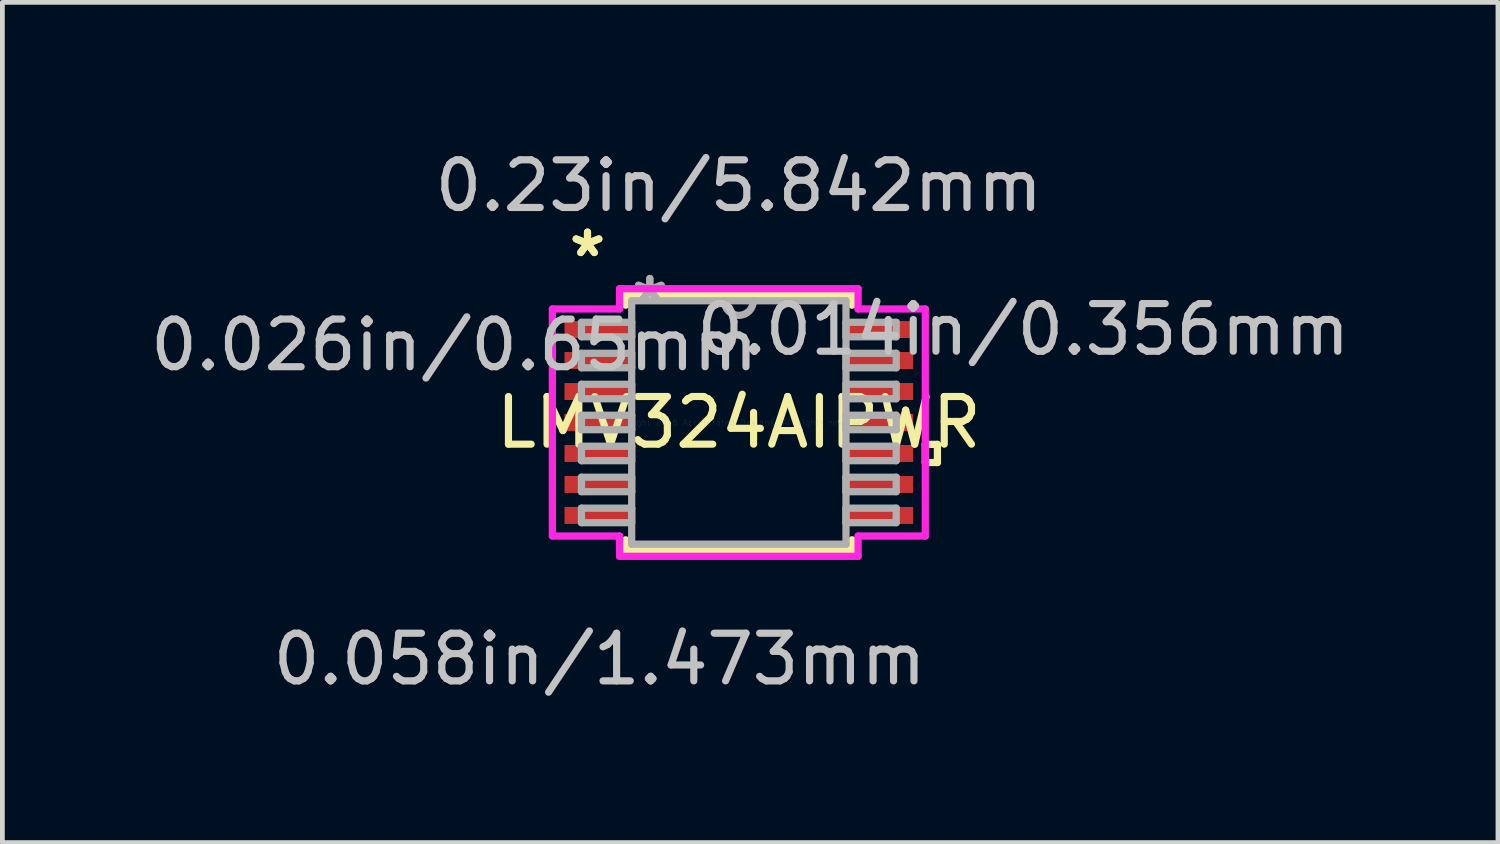
<source format=kicad_pcb>
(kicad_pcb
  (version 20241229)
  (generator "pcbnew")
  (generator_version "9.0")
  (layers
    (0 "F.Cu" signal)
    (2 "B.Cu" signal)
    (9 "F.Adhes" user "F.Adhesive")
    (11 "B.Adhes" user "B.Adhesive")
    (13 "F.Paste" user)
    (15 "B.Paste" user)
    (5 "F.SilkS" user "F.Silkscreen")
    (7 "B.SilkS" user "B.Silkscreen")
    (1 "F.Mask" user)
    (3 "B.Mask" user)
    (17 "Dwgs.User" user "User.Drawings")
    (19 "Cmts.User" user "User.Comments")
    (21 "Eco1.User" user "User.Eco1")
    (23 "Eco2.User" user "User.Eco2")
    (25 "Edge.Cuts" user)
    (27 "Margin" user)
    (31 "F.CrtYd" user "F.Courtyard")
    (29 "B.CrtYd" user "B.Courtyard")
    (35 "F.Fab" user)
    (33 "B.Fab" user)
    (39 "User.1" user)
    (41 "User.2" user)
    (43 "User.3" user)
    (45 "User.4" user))
  (footprint "LMV324AIPWR"
    (layer "F.Cu")
    (at 12.451 5.814)
    (property "Reference" "LMV324AIPWR" (at 0 0 0) (layer "F.SilkS") (effects (font (size 1 1) (thickness 0.15))))
    (attr through_hole)
    (fp_line (start -2.375 -2.68) (end -2.375 -2.461) (stroke (width 0.152) (type solid)) (layer "F.SilkS"))
    (fp_line (start -2.375 2.461) (end -2.375 2.68) (stroke (width 0.152) (type solid)) (layer "F.SilkS"))
    (fp_line (start -2.375 2.68) (end 2.375 2.68) (stroke (width 0.152) (type solid)) (layer "F.SilkS"))
    (fp_line (start 2.375 -2.68) (end -2.375 -2.68) (stroke (width 0.152) (type solid)) (layer "F.SilkS"))
    (fp_line (start 2.375 -2.461) (end 2.375 -2.68) (stroke (width 0.152) (type solid)) (layer "F.SilkS"))
    (fp_line (start 2.375 2.68) (end 2.375 2.461) (stroke (width 0.152) (type solid)) (layer "F.SilkS"))
    (fp_line (start 3.912 0.459) (end 4.166 0.459) (stroke (width 0.152) (type solid)) (layer "F.SilkS"))
    (fp_line (start 3.912 0.84) (end 3.912 0.459) (stroke (width 0.152) (type solid)) (layer "F.SilkS"))
    (fp_line (start 4.166 0.459) (end 4.166 0.84) (stroke (width 0.152) (type solid)) (layer "F.SilkS"))
    (fp_line (start 4.166 0.84) (end 3.912 0.84) (stroke (width 0.152) (type solid)) (layer "F.SilkS"))
    (fp_line (start -3.912 -2.382) (end -2.502 -2.382) (stroke (width 0.152) (type solid)) (layer "F.CrtYd"))
    (fp_line (start -3.912 2.382) (end -3.912 -2.382) (stroke (width 0.152) (type solid)) (layer "F.CrtYd"))
    (fp_line (start -2.502 -2.807) (end 2.502 -2.807) (stroke (width 0.152) (type solid)) (layer "F.CrtYd"))
    (fp_line (start -2.502 -2.382) (end -2.502 -2.807) (stroke (width 0.152) (type solid)) (layer "F.CrtYd"))
    (fp_line (start -2.502 2.382) (end -3.912 2.382) (stroke (width 0.152) (type solid)) (layer "F.CrtYd"))
    (fp_line (start -2.502 2.807) (end -2.502 2.382) (stroke (width 0.152) (type solid)) (layer "F.CrtYd"))
    (fp_line (start 2.502 -2.807) (end 2.502 -2.382) (stroke (width 0.152) (type solid)) (layer "F.CrtYd"))
    (fp_line (start 2.502 -2.382) (end 3.912 -2.382) (stroke (width 0.152) (type solid)) (layer "F.CrtYd"))
    (fp_line (start 2.502 2.382) (end 2.502 2.807) (stroke (width 0.152) (type solid)) (layer "F.CrtYd"))
    (fp_line (start 2.502 2.807) (end -2.502 2.807) (stroke (width 0.152) (type solid)) (layer "F.CrtYd"))
    (fp_line (start 3.912 -2.382) (end 3.912 2.382) (stroke (width 0.152) (type solid)) (layer "F.CrtYd"))
    (fp_line (start 3.912 2.382) (end 2.502 2.382) (stroke (width 0.152) (type solid)) (layer "F.CrtYd"))
    (fp_line (start -3.302 -2.102) (end -3.302 -1.798) (stroke (width 0.152) (type solid)) (layer "F.Fab"))
    (fp_line (start -3.302 -1.798) (end -2.248 -1.798) (stroke (width 0.152) (type solid)) (layer "F.Fab"))
    (fp_line (start -3.302 -1.452) (end -3.302 -1.148) (stroke (width 0.152) (type solid)) (layer "F.Fab"))
    (fp_line (start -3.302 -1.148) (end -2.248 -1.148) (stroke (width 0.152) (type solid)) (layer "F.Fab"))
    (fp_line (start -3.302 -0.802) (end -3.302 -0.498) (stroke (width 0.152) (type solid)) (layer "F.Fab"))
    (fp_line (start -3.302 -0.498) (end -2.248 -0.498) (stroke (width 0.152) (type solid)) (layer "F.Fab"))
    (fp_line (start -3.302 -0.152) (end -3.302 0.152) (stroke (width 0.152) (type solid)) (layer "F.Fab"))
    (fp_line (start -3.302 0.152) (end -2.248 0.152) (stroke (width 0.152) (type solid)) (layer "F.Fab"))
    (fp_line (start -3.302 0.498) (end -3.302 0.802) (stroke (width 0.152) (type solid)) (layer "F.Fab"))
    (fp_line (start -3.302 0.802) (end -2.248 0.802) (stroke (width 0.152) (type solid)) (layer "F.Fab"))
    (fp_line (start -3.302 1.148) (end -3.302 1.452) (stroke (width 0.152) (type solid)) (layer "F.Fab"))
    (fp_line (start -3.302 1.452) (end -2.248 1.452) (stroke (width 0.152) (type solid)) (layer "F.Fab"))
    (fp_line (start -3.302 1.798) (end -3.302 2.102) (stroke (width 0.152) (type solid)) (layer "F.Fab"))
    (fp_line (start -3.302 2.102) (end -2.248 2.102) (stroke (width 0.152) (type solid)) (layer "F.Fab"))
    (fp_line (start -2.248 -2.553) (end -2.248 2.553) (stroke (width 0.152) (type solid)) (layer "F.Fab"))
    (fp_line (start -2.248 -2.102) (end -3.302 -2.102) (stroke (width 0.152) (type solid)) (layer "F.Fab"))
    (fp_line (start -2.248 -1.798) (end -2.248 -2.102) (stroke (width 0.152) (type solid)) (layer "F.Fab"))
    (fp_line (start -2.248 -1.452) (end -3.302 -1.452) (stroke (width 0.152) (type solid)) (layer "F.Fab"))
    (fp_line (start -2.248 -1.148) (end -2.248 -1.452) (stroke (width 0.152) (type solid)) (layer "F.Fab"))
    (fp_line (start -2.248 -0.802) (end -3.302 -0.802) (stroke (width 0.152) (type solid)) (layer "F.Fab"))
    (fp_line (start -2.248 -0.498) (end -2.248 -0.802) (stroke (width 0.152) (type solid)) (layer "F.Fab"))
    (fp_line (start -2.248 -0.152) (end -3.302 -0.152) (stroke (width 0.152) (type solid)) (layer "F.Fab"))
    (fp_line (start -2.248 0.152) (end -2.248 -0.152) (stroke (width 0.152) (type solid)) (layer "F.Fab"))
    (fp_line (start -2.248 0.498) (end -3.302 0.498) (stroke (width 0.152) (type solid)) (layer "F.Fab"))
    (fp_line (start -2.248 0.802) (end -2.248 0.498) (stroke (width 0.152) (type solid)) (layer "F.Fab"))
    (fp_line (start -2.248 1.148) (end -3.302 1.148) (stroke (width 0.152) (type solid)) (layer "F.Fab"))
    (fp_line (start -2.248 1.452) (end -2.248 1.148) (stroke (width 0.152) (type solid)) (layer "F.Fab"))
    (fp_line (start -2.248 1.798) (end -3.302 1.798) (stroke (width 0.152) (type solid)) (layer "F.Fab"))
    (fp_line (start -2.248 2.102) (end -2.248 1.798) (stroke (width 0.152) (type solid)) (layer "F.Fab"))
    (fp_line (start -2.248 2.553) (end 2.248 2.553) (stroke (width 0.152) (type solid)) (layer "F.Fab"))
    (fp_line (start 2.248 -2.553) (end -2.248 -2.553) (stroke (width 0.152) (type solid)) (layer "F.Fab"))
    (fp_line (start 2.248 -2.102) (end 2.248 -1.798) (stroke (width 0.152) (type solid)) (layer "F.Fab"))
    (fp_line (start 2.248 -1.798) (end 3.302 -1.798) (stroke (width 0.152) (type solid)) (layer "F.Fab"))
    (fp_line (start 2.248 -1.452) (end 2.248 -1.148) (stroke (width 0.152) (type solid)) (layer "F.Fab"))
    (fp_line (start 2.248 -1.148) (end 3.302 -1.148) (stroke (width 0.152) (type solid)) (layer "F.Fab"))
    (fp_line (start 2.248 -0.802) (end 2.248 -0.498) (stroke (width 0.152) (type solid)) (layer "F.Fab"))
    (fp_line (start 2.248 -0.498) (end 3.302 -0.498) (stroke (width 0.152) (type solid)) (layer "F.Fab"))
    (fp_line (start 2.248 -0.152) (end 2.248 0.152) (stroke (width 0.152) (type solid)) (layer "F.Fab"))
    (fp_line (start 2.248 0.152) (end 3.302 0.152) (stroke (width 0.152) (type solid)) (layer "F.Fab"))
    (fp_line (start 2.248 0.498) (end 2.248 0.802) (stroke (width 0.152) (type solid)) (layer "F.Fab"))
    (fp_line (start 2.248 0.802) (end 3.302 0.802) (stroke (width 0.152) (type solid)) (layer "F.Fab"))
    (fp_line (start 2.248 1.148) (end 2.248 1.452) (stroke (width 0.152) (type solid)) (layer "F.Fab"))
    (fp_line (start 2.248 1.452) (end 3.302 1.452) (stroke (width 0.152) (type solid)) (layer "F.Fab"))
    (fp_line (start 2.248 1.798) (end 2.248 2.102) (stroke (width 0.152) (type solid)) (layer "F.Fab"))
    (fp_line (start 2.248 2.102) (end 3.302 2.102) (stroke (width 0.152) (type solid)) (layer "F.Fab"))
    (fp_line (start 2.248 2.553) (end 2.248 -2.553) (stroke (width 0.152) (type solid)) (layer "F.Fab"))
    (fp_line (start 3.302 -2.102) (end 2.248 -2.102) (stroke (width 0.152) (type solid)) (layer "F.Fab"))
    (fp_line (start 3.302 -1.798) (end 3.302 -2.102) (stroke (width 0.152) (type solid)) (layer "F.Fab"))
    (fp_line (start 3.302 -1.452) (end 2.248 -1.452) (stroke (width 0.152) (type solid)) (layer "F.Fab"))
    (fp_line (start 3.302 -1.148) (end 3.302 -1.452) (stroke (width 0.152) (type solid)) (layer "F.Fab"))
    (fp_line (start 3.302 -0.802) (end 2.248 -0.802) (stroke (width 0.152) (type solid)) (layer "F.Fab"))
    (fp_line (start 3.302 -0.498) (end 3.302 -0.802) (stroke (width 0.152) (type solid)) (layer "F.Fab"))
    (fp_line (start 3.302 -0.152) (end 2.248 -0.152) (stroke (width 0.152) (type solid)) (layer "F.Fab"))
    (fp_line (start 3.302 0.152) (end 3.302 -0.152) (stroke (width 0.152) (type solid)) (layer "F.Fab"))
    (fp_line (start 3.302 0.498) (end 2.248 0.498) (stroke (width 0.152) (type solid)) (layer "F.Fab"))
    (fp_line (start 3.302 0.802) (end 3.302 0.498) (stroke (width 0.152) (type solid)) (layer "F.Fab"))
    (fp_line (start 3.302 1.148) (end 2.248 1.148) (stroke (width 0.152) (type solid)) (layer "F.Fab"))
    (fp_line (start 3.302 1.452) (end 3.302 1.148) (stroke (width 0.152) (type solid)) (layer "F.Fab"))
    (fp_line (start 3.302 1.798) (end 2.248 1.798) (stroke (width 0.152) (type solid)) (layer "F.Fab"))
    (fp_line (start 3.302 2.102) (end 3.302 1.798) (stroke (width 0.152) (type solid)) (layer "F.Fab"))
    (fp_arc (start 0.3048 -2.5527) (mid 0 -2.2479) (end -0.3048 -2.5527) (stroke (width 0.1524) (type solid)) (layer "F.Fab"))
    (fp_text user "*" (at -3.175 -3.449 0) (layer "F.SilkS") (effects (font (size 1 1) (thickness 0.15))))
    (fp_text user "*" (at -3.175 -3.449 0) (layer "F.SilkS") (effects (font (size 1 1) (thickness 0.15))))
    (fp_text user "0.058in/1.473mm" (at -2.921 4.966 0) (layer "Dwgs.User") (effects (font (size 1 1) (thickness 0.15))))
    (fp_text user "0.23in/5.842mm" (at 0 -4.966 0) (layer "Dwgs.User") (effects (font (size 1 1) (thickness 0.15))))
    (fp_text user "0.026in/0.65mm" (at -5.969 -1.625 0) (layer "Dwgs.User") (effects (font (size 1 1) (thickness 0.15))))
    (fp_text user "0.014in/0.356mm" (at 5.969 -1.95 0) (layer "Dwgs.User") (effects (font (size 1 1) (thickness 0.15))))
    (fp_text user "Copyright 2016 Accelerated Designs. All rights reserved." (at 0 0 0) (layer "Cmts.User") (effects (font (size 0.127 0.127) (thickness 0.002))))
    (fp_text user "*" (at -1.867 -2.477 0) (layer "F.Fab") (effects (font (size 1 1) (thickness 0.15))))
    (fp_text user "*" (at -1.867 -2.477 0) (layer "F.Fab") (effects (font (size 1 1) (thickness 0.15))))
    (pad "1" smd rect (at -2.921 -1.95) (size 1.473 0.356) (layers "F.Cu" "F.Mask" "F.Paste"))
    (pad "2" smd rect (at -2.921 -1.3) (size 1.473 0.356) (layers "F.Cu" "F.Mask" "F.Paste"))
    (pad "3" smd rect (at -2.921 -0.65) (size 1.473 0.356) (layers "F.Cu" "F.Mask" "F.Paste"))
    (pad "4" smd rect (at -2.921 0) (size 1.473 0.356) (layers "F.Cu" "F.Mask" "F.Paste"))
    (pad "5" smd rect (at -2.921 0.65) (size 1.473 0.356) (layers "F.Cu" "F.Mask" "F.Paste"))
    (pad "6" smd rect (at -2.921 1.3) (size 1.473 0.356) (layers "F.Cu" "F.Mask" "F.Paste"))
    (pad "7" smd rect (at -2.921 1.95) (size 1.473 0.356) (layers "F.Cu" "F.Mask" "F.Paste"))
    (pad "8" smd rect (at 2.921 1.95) (size 1.473 0.356) (layers "F.Cu" "F.Mask" "F.Paste"))
    (pad "9" smd rect (at 2.921 1.3) (size 1.473 0.356) (layers "F.Cu" "F.Mask" "F.Paste"))
    (pad "10" smd rect (at 2.921 0.65) (size 1.473 0.356) (layers "F.Cu" "F.Mask" "F.Paste"))
    (pad "11" smd rect (at 2.921 0) (size 1.473 0.356) (layers "F.Cu" "F.Mask" "F.Paste"))
    (pad "12" smd rect (at 2.921 -0.65) (size 1.473 0.356) (layers "F.Cu" "F.Mask" "F.Paste"))
    (pad "13" smd rect (at 2.921 -1.3) (size 1.473 0.356) (layers "F.Cu" "F.Mask" "F.Paste"))
    (pad "14" smd rect (at 2.921 -1.95) (size 1.473 0.356) (layers "F.Cu" "F.Mask" "F.Paste")))
  (gr_rect
    (start -3 -3)
    (end 28.378 14.628)
    (stroke (width 0.1) (type default))
    (fill no)
    (layer "Edge.Cuts")))
</source>
